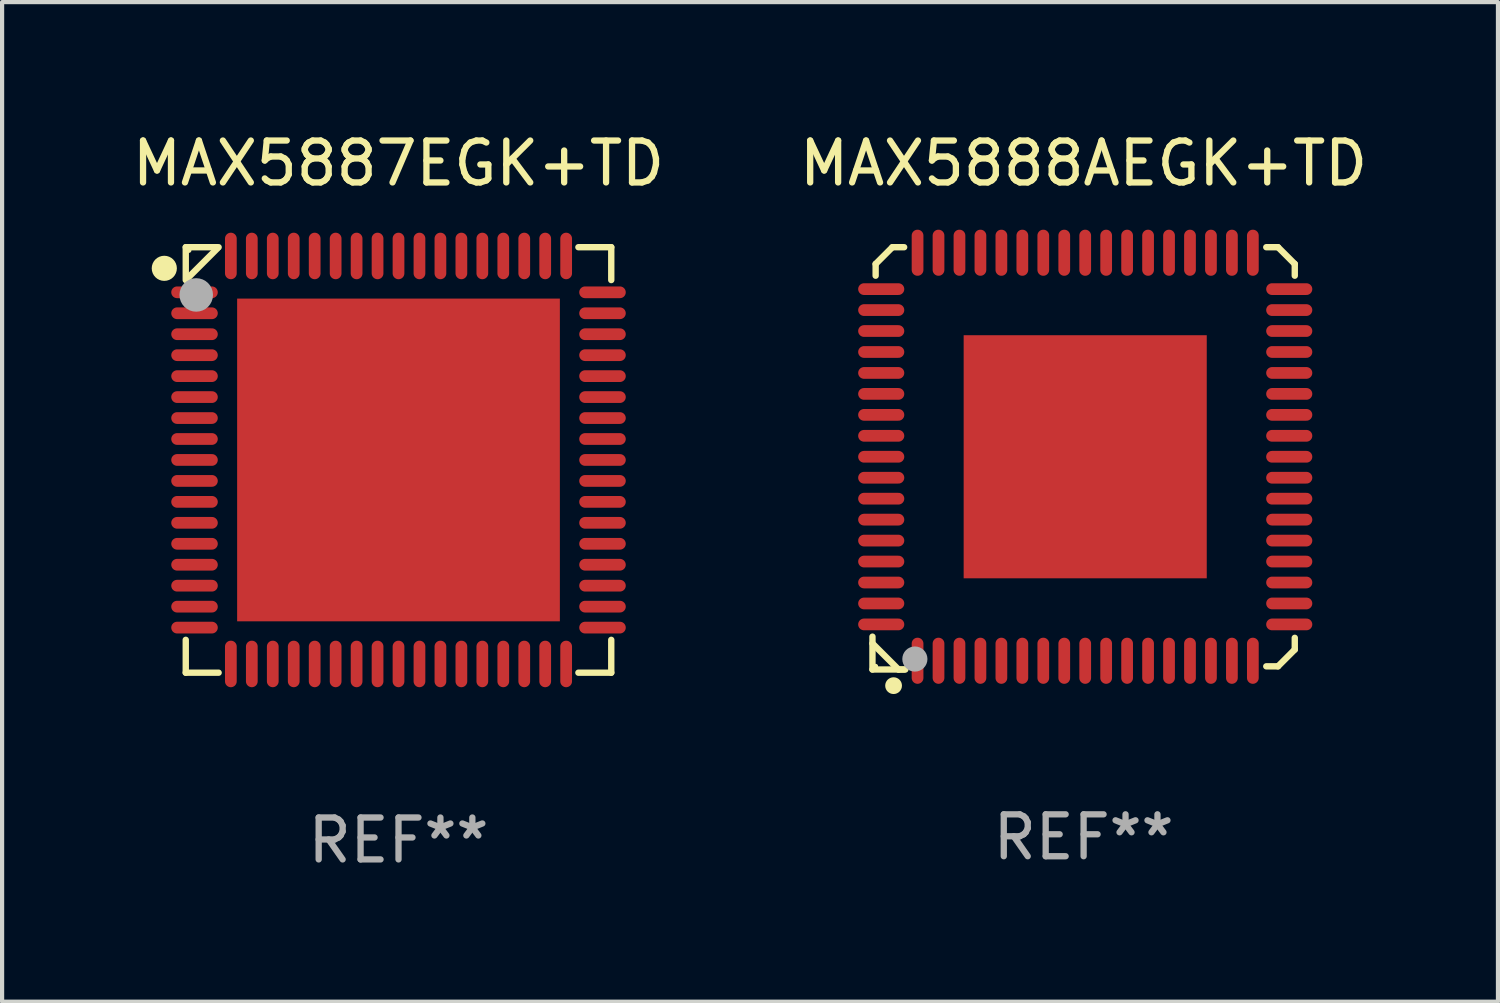
<source format=kicad_pcb>
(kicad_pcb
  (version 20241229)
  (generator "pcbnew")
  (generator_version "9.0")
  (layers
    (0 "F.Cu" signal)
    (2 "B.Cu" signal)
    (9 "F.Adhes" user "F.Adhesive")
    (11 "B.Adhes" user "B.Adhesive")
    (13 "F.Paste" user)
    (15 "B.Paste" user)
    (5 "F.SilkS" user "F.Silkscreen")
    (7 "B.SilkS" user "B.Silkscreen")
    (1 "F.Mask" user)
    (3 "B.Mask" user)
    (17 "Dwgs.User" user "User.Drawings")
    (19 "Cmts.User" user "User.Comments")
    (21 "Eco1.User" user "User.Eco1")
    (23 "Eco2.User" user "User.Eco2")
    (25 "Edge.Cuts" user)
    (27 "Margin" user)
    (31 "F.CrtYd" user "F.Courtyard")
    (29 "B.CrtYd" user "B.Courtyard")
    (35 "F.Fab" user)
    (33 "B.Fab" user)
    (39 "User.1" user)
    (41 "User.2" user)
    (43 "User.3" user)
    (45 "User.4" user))
  (footprint "MAX5888AEGK+TD"
    (layer "F.Cu")
    (at 22.804 7.886)
    (property "Reference" "MAX5888AEGK+TD" (at 0 -7.038 0) (layer "F.SilkS") (effects (font (size 1 1) (thickness 0.15))))
    (attr through_hole)
    (fp_line (start -5.038 5.038) (end -5.038 4.254) (stroke (width 0.152) (type solid)) (layer "F.SilkS"))
    (fp_line (start -4.962 -4.638) (end -4.562 -5.038) (stroke (width 0.152) (type solid)) (layer "F.SilkS"))
    (fp_line (start -4.962 -4.358) (end -4.962 -4.638) (stroke (width 0.152) (type solid)) (layer "F.SilkS"))
    (fp_line (start -4.562 -5.038) (end -4.282 -5.038) (stroke (width 0.152) (type solid)) (layer "F.SilkS"))
    (fp_line (start -4.416 5.038) (end -5.038 4.416) (stroke (width 0.152) (type solid)) (layer "F.SilkS"))
    (fp_line (start -4.282 5.038) (end -4.416 5.038) (stroke (width 0.152) (type solid)) (layer "F.SilkS"))
    (fp_line (start -4.254 5.038) (end -5.038 5.038) (stroke (width 0.152) (type solid)) (layer "F.SilkS"))
    (fp_line (start 4.358 -5.038) (end 4.638 -5.038) (stroke (width 0.152) (type solid)) (layer "F.SilkS"))
    (fp_line (start 4.638 -5.038) (end 5.038 -4.638) (stroke (width 0.152) (type solid)) (layer "F.SilkS"))
    (fp_line (start 4.638 4.962) (end 4.358 4.962) (stroke (width 0.152) (type solid)) (layer "F.SilkS"))
    (fp_line (start 5.038 -4.638) (end 5.038 -4.358) (stroke (width 0.152) (type solid)) (layer "F.SilkS"))
    (fp_line (start 5.038 4.282) (end 5.038 4.562) (stroke (width 0.152) (type solid)) (layer "F.SilkS"))
    (fp_line (start 5.038 4.562) (end 4.638 4.962) (stroke (width 0.152) (type solid)) (layer "F.SilkS"))
    (fp_circle (center -4.962 4.962) (end -4.932 4.962) (stroke (width 0.06) (type solid)) (fill no) (layer "F.SilkS"))
    (fp_circle (center -4.534 5.423) (end -4.434 5.423) (stroke (width 0.2) (type solid)) (fill no) (layer "F.SilkS"))
    (fp_circle (center -4.026 4.788) (end -3.876 4.788) (stroke (width 0.3) (type solid)) (fill no) (layer "F.Fab"))
    (fp_text user "REF**" (at 0 9.038 0) (layer "F.Fab") (effects (font (size 1 1) (thickness 0.15))))
    (pad "1" smd oval (at -3.962 4.829) (size 0.28 1.1) (layers "F.Cu" "F.Mask" "F.Paste"))
    (pad "2" smd oval (at -3.462 4.829) (size 0.28 1.1) (layers "F.Cu" "F.Mask" "F.Paste"))
    (pad "3" smd oval (at -2.962 4.829) (size 0.28 1.1) (layers "F.Cu" "F.Mask" "F.Paste"))
    (pad "4" smd oval (at -2.462 4.829) (size 0.28 1.1) (layers "F.Cu" "F.Mask" "F.Paste"))
    (pad "5" smd oval (at -1.962 4.829) (size 0.28 1.1) (layers "F.Cu" "F.Mask" "F.Paste"))
    (pad "6" smd oval (at -1.462 4.829) (size 0.28 1.1) (layers "F.Cu" "F.Mask" "F.Paste"))
    (pad "7" smd oval (at -0.962 4.829) (size 0.28 1.1) (layers "F.Cu" "F.Mask" "F.Paste"))
    (pad "8" smd oval (at -0.462 4.829) (size 0.28 1.1) (layers "F.Cu" "F.Mask" "F.Paste"))
    (pad "9" smd oval (at 0.038 4.829) (size 0.28 1.1) (layers "F.Cu" "F.Mask" "F.Paste"))
    (pad "10" smd oval (at 0.538 4.829) (size 0.28 1.1) (layers "F.Cu" "F.Mask" "F.Paste"))
    (pad "11" smd oval (at 1.038 4.829) (size 0.28 1.1) (layers "F.Cu" "F.Mask" "F.Paste"))
    (pad "12" smd oval (at 1.538 4.829) (size 0.28 1.1) (layers "F.Cu" "F.Mask" "F.Paste"))
    (pad "13" smd oval (at 2.038 4.829) (size 0.28 1.1) (layers "F.Cu" "F.Mask" "F.Paste"))
    (pad "14" smd oval (at 2.538 4.829) (size 0.28 1.1) (layers "F.Cu" "F.Mask" "F.Paste"))
    (pad "15" smd oval (at 3.038 4.829) (size 0.28 1.1) (layers "F.Cu" "F.Mask" "F.Paste"))
    (pad "16" smd oval (at 3.538 4.829) (size 0.28 1.1) (layers "F.Cu" "F.Mask" "F.Paste"))
    (pad "17" smd oval (at 4.038 4.829) (size 0.28 1.1) (layers "F.Cu" "F.Mask" "F.Paste"))
    (pad "18" smd oval (at 4.906 3.962) (size 1.1 0.28) (layers "F.Cu" "F.Mask" "F.Paste"))
    (pad "19" smd oval (at 4.906 3.462) (size 1.1 0.28) (layers "F.Cu" "F.Mask" "F.Paste"))
    (pad "20" smd oval (at 4.906 2.962) (size 1.1 0.28) (layers "F.Cu" "F.Mask" "F.Paste"))
    (pad "21" smd oval (at 4.906 2.462) (size 1.1 0.28) (layers "F.Cu" "F.Mask" "F.Paste"))
    (pad "22" smd oval (at 4.906 1.962) (size 1.1 0.28) (layers "F.Cu" "F.Mask" "F.Paste"))
    (pad "23" smd oval (at 4.906 1.462) (size 1.1 0.28) (layers "F.Cu" "F.Mask" "F.Paste"))
    (pad "24" smd oval (at 4.906 0.962) (size 1.1 0.28) (layers "F.Cu" "F.Mask" "F.Paste"))
    (pad "25" smd oval (at 4.906 0.462) (size 1.1 0.28) (layers "F.Cu" "F.Mask" "F.Paste"))
    (pad "26" smd oval (at 4.906 -0.038) (size 1.1 0.28) (layers "F.Cu" "F.Mask" "F.Paste"))
    (pad "27" smd oval (at 4.906 -0.538) (size 1.1 0.28) (layers "F.Cu" "F.Mask" "F.Paste"))
    (pad "28" smd oval (at 4.906 -1.038) (size 1.1 0.28) (layers "F.Cu" "F.Mask" "F.Paste"))
    (pad "29" smd oval (at 4.906 -1.538) (size 1.1 0.28) (layers "F.Cu" "F.Mask" "F.Paste"))
    (pad "30" smd oval (at 4.906 -2.038) (size 1.1 0.28) (layers "F.Cu" "F.Mask" "F.Paste"))
    (pad "31" smd oval (at 4.906 -2.538) (size 1.1 0.28) (layers "F.Cu" "F.Mask" "F.Paste"))
    (pad "32" smd oval (at 4.906 -3.038) (size 1.1 0.28) (layers "F.Cu" "F.Mask" "F.Paste"))
    (pad "33" smd oval (at 4.906 -3.538) (size 1.1 0.28) (layers "F.Cu" "F.Mask" "F.Paste"))
    (pad "34" smd oval (at 4.906 -4.038) (size 1.1 0.28) (layers "F.Cu" "F.Mask" "F.Paste"))
    (pad "35" smd oval (at 4.038 -4.906) (size 0.28 1.1) (layers "F.Cu" "F.Mask" "F.Paste"))
    (pad "36" smd oval (at 3.538 -4.906) (size 0.28 1.1) (layers "F.Cu" "F.Mask" "F.Paste"))
    (pad "37" smd oval (at 3.038 -4.906) (size 0.28 1.1) (layers "F.Cu" "F.Mask" "F.Paste"))
    (pad "38" smd oval (at 2.538 -4.906) (size 0.28 1.1) (layers "F.Cu" "F.Mask" "F.Paste"))
    (pad "39" smd oval (at 2.038 -4.906) (size 0.28 1.1) (layers "F.Cu" "F.Mask" "F.Paste"))
    (pad "40" smd oval (at 1.538 -4.906) (size 0.28 1.1) (layers "F.Cu" "F.Mask" "F.Paste"))
    (pad "41" smd oval (at 1.038 -4.906) (size 0.28 1.1) (layers "F.Cu" "F.Mask" "F.Paste"))
    (pad "42" smd oval (at 0.538 -4.906) (size 0.28 1.1) (layers "F.Cu" "F.Mask" "F.Paste"))
    (pad "43" smd oval (at 0.038 -4.906) (size 0.28 1.1) (layers "F.Cu" "F.Mask" "F.Paste"))
    (pad "44" smd oval (at -0.462 -4.906) (size 0.28 1.1) (layers "F.Cu" "F.Mask" "F.Paste"))
    (pad "45" smd oval (at -0.962 -4.906) (size 0.28 1.1) (layers "F.Cu" "F.Mask" "F.Paste"))
    (pad "46" smd oval (at -1.462 -4.906) (size 0.28 1.1) (layers "F.Cu" "F.Mask" "F.Paste"))
    (pad "47" smd oval (at -1.962 -4.906) (size 0.28 1.1) (layers "F.Cu" "F.Mask" "F.Paste"))
    (pad "48" smd oval (at -2.462 -4.906) (size 0.28 1.1) (layers "F.Cu" "F.Mask" "F.Paste"))
    (pad "49" smd oval (at -2.962 -4.906) (size 0.28 1.1) (layers "F.Cu" "F.Mask" "F.Paste"))
    (pad "50" smd oval (at -3.462 -4.906) (size 0.28 1.1) (layers "F.Cu" "F.Mask" "F.Paste"))
    (pad "51" smd oval (at -3.962 -4.906) (size 0.28 1.1) (layers "F.Cu" "F.Mask" "F.Paste"))
    (pad "52" smd oval (at -4.829 -4.038) (size 1.1 0.28) (layers "F.Cu" "F.Mask" "F.Paste"))
    (pad "53" smd oval (at -4.829 -3.538) (size 1.1 0.28) (layers "F.Cu" "F.Mask" "F.Paste"))
    (pad "54" smd oval (at -4.829 -3.038) (size 1.1 0.28) (layers "F.Cu" "F.Mask" "F.Paste"))
    (pad "55" smd oval (at -4.829 -2.538) (size 1.1 0.28) (layers "F.Cu" "F.Mask" "F.Paste"))
    (pad "56" smd oval (at -4.829 -2.038) (size 1.1 0.28) (layers "F.Cu" "F.Mask" "F.Paste"))
    (pad "57" smd oval (at -4.829 -1.538) (size 1.1 0.28) (layers "F.Cu" "F.Mask" "F.Paste"))
    (pad "58" smd oval (at -4.829 -1.038) (size 1.1 0.28) (layers "F.Cu" "F.Mask" "F.Paste"))
    (pad "59" smd oval (at -4.829 -0.538) (size 1.1 0.28) (layers "F.Cu" "F.Mask" "F.Paste"))
    (pad "60" smd oval (at -4.829 -0.038) (size 1.1 0.28) (layers "F.Cu" "F.Mask" "F.Paste"))
    (pad "61" smd oval (at -4.829 0.462) (size 1.1 0.28) (layers "F.Cu" "F.Mask" "F.Paste"))
    (pad "62" smd oval (at -4.829 0.962) (size 1.1 0.28) (layers "F.Cu" "F.Mask" "F.Paste"))
    (pad "63" smd oval (at -4.829 1.462) (size 1.1 0.28) (layers "F.Cu" "F.Mask" "F.Paste"))
    (pad "64" smd oval (at -4.829 1.962) (size 1.1 0.28) (layers "F.Cu" "F.Mask" "F.Paste"))
    (pad "65" smd oval (at -4.829 2.462) (size 1.1 0.28) (layers "F.Cu" "F.Mask" "F.Paste"))
    (pad "66" smd oval (at -4.829 2.962) (size 1.1 0.28) (layers "F.Cu" "F.Mask" "F.Paste"))
    (pad "67" smd oval (at -4.829 3.462) (size 1.1 0.28) (layers "F.Cu" "F.Mask" "F.Paste"))
    (pad "68" smd oval (at -4.829 3.962) (size 1.1 0.28) (layers "F.Cu" "F.Mask" "F.Paste"))
    (pad "69" smd rect (at 0.038 -0.038) (size 5.8 5.8) (layers "F.Cu" "F.Mask" "F.Paste")))
  (footprint "MAX5887EGK+TD"
    (layer "F.Cu")
    (at 6.458 7.924)
    (property "Reference" "MAX5887EGK+TD" (at 0 -7.076 0) (layer "F.SilkS") (effects (font (size 1 1) (thickness 0.15))))
    (attr through_hole)
    (fp_line (start -5.076 -5.076) (end -4.292 -5.076) (stroke (width 0.152) (type solid)) (layer "F.SilkS"))
    (fp_line (start -5.076 -4.292) (end -5.076 -5.076) (stroke (width 0.152) (type solid)) (layer "F.SilkS"))
    (fp_line (start -5.076 4.292) (end -5.076 5.076) (stroke (width 0.152) (type solid)) (layer "F.SilkS"))
    (fp_line (start -5.076 5.076) (end -4.292 5.076) (stroke (width 0.152) (type solid)) (layer "F.SilkS"))
    (fp_line (start -5.049 -4.319) (end -4.319 -5.049) (stroke (width 0.152) (type solid)) (layer "F.SilkS"))
    (fp_line (start 5.076 -5.076) (end 4.292 -5.076) (stroke (width 0.152) (type solid)) (layer "F.SilkS"))
    (fp_line (start 5.076 -4.292) (end 5.076 -5.076) (stroke (width 0.152) (type solid)) (layer "F.SilkS"))
    (fp_line (start 5.076 4.292) (end 5.076 5.076) (stroke (width 0.152) (type solid)) (layer "F.SilkS"))
    (fp_line (start 5.076 5.076) (end 4.292 5.076) (stroke (width 0.152) (type solid)) (layer "F.SilkS"))
    (fp_circle (center -5.588 -4.572) (end -5.438 -4.572) (stroke (width 0.3) (type solid)) (fill no) (layer "F.SilkS"))
    (fp_circle (center -5 -5) (end -4.97 -5) (stroke (width 0.06) (type solid)) (fill no) (layer "F.SilkS"))
    (fp_circle (center -4.826 -3.937) (end -4.626 -3.937) (stroke (width 0.4) (type solid)) (fill no) (layer "F.Fab"))
    (fp_text user "REF**" (at 0 9.076 0) (layer "F.Fab") (effects (font (size 1 1) (thickness 0.15))))
    (pad "1" smd oval (at -4.867 -4) (size 1.11 0.28) (layers "F.Cu" "F.Mask" "F.Paste"))
    (pad "2" smd oval (at -4.867 -3.5) (size 1.11 0.28) (layers "F.Cu" "F.Mask" "F.Paste"))
    (pad "3" smd oval (at -4.867 -3) (size 1.11 0.28) (layers "F.Cu" "F.Mask" "F.Paste"))
    (pad "4" smd oval (at -4.867 -2.5) (size 1.11 0.28) (layers "F.Cu" "F.Mask" "F.Paste"))
    (pad "5" smd oval (at -4.867 -2) (size 1.11 0.28) (layers "F.Cu" "F.Mask" "F.Paste"))
    (pad "6" smd oval (at -4.867 -1.5) (size 1.11 0.28) (layers "F.Cu" "F.Mask" "F.Paste"))
    (pad "7" smd oval (at -4.867 -1) (size 1.11 0.28) (layers "F.Cu" "F.Mask" "F.Paste"))
    (pad "8" smd oval (at -4.867 -0.5) (size 1.11 0.28) (layers "F.Cu" "F.Mask" "F.Paste"))
    (pad "9" smd oval (at -4.867 0) (size 1.11 0.28) (layers "F.Cu" "F.Mask" "F.Paste"))
    (pad "10" smd oval (at -4.867 0.5) (size 1.11 0.28) (layers "F.Cu" "F.Mask" "F.Paste"))
    (pad "11" smd oval (at -4.867 1) (size 1.11 0.28) (layers "F.Cu" "F.Mask" "F.Paste"))
    (pad "12" smd oval (at -4.867 1.5) (size 1.11 0.28) (layers "F.Cu" "F.Mask" "F.Paste"))
    (pad "13" smd oval (at -4.867 2) (size 1.11 0.28) (layers "F.Cu" "F.Mask" "F.Paste"))
    (pad "14" smd oval (at -4.867 2.5) (size 1.11 0.28) (layers "F.Cu" "F.Mask" "F.Paste"))
    (pad "15" smd oval (at -4.867 3) (size 1.11 0.28) (layers "F.Cu" "F.Mask" "F.Paste"))
    (pad "16" smd oval (at -4.867 3.5) (size 1.11 0.28) (layers "F.Cu" "F.Mask" "F.Paste"))
    (pad "17" smd oval (at -4.867 4) (size 1.11 0.28) (layers "F.Cu" "F.Mask" "F.Paste"))
    (pad "18" smd oval (at -4 4.867) (size 0.28 1.11) (layers "F.Cu" "F.Mask" "F.Paste"))
    (pad "19" smd oval (at -3.5 4.867) (size 0.28 1.11) (layers "F.Cu" "F.Mask" "F.Paste"))
    (pad "20" smd oval (at -3 4.867) (size 0.28 1.11) (layers "F.Cu" "F.Mask" "F.Paste"))
    (pad "21" smd oval (at -2.5 4.867) (size 0.28 1.11) (layers "F.Cu" "F.Mask" "F.Paste"))
    (pad "22" smd oval (at -2 4.867) (size 0.28 1.11) (layers "F.Cu" "F.Mask" "F.Paste"))
    (pad "23" smd oval (at -1.5 4.867) (size 0.28 1.11) (layers "F.Cu" "F.Mask" "F.Paste"))
    (pad "24" smd oval (at -1 4.867) (size 0.28 1.11) (layers "F.Cu" "F.Mask" "F.Paste"))
    (pad "25" smd oval (at -0.5 4.867) (size 0.28 1.11) (layers "F.Cu" "F.Mask" "F.Paste"))
    (pad "26" smd oval (at 0 4.867) (size 0.28 1.11) (layers "F.Cu" "F.Mask" "F.Paste"))
    (pad "27" smd oval (at 0.5 4.867) (size 0.28 1.11) (layers "F.Cu" "F.Mask" "F.Paste"))
    (pad "28" smd oval (at 1 4.867) (size 0.28 1.11) (layers "F.Cu" "F.Mask" "F.Paste"))
    (pad "29" smd oval (at 1.5 4.867) (size 0.28 1.11) (layers "F.Cu" "F.Mask" "F.Paste"))
    (pad "30" smd oval (at 2 4.867) (size 0.28 1.11) (layers "F.Cu" "F.Mask" "F.Paste"))
    (pad "31" smd oval (at 2.5 4.867) (size 0.28 1.11) (layers "F.Cu" "F.Mask" "F.Paste"))
    (pad "32" smd oval (at 3 4.867) (size 0.28 1.11) (layers "F.Cu" "F.Mask" "F.Paste"))
    (pad "33" smd oval (at 3.5 4.867) (size 0.28 1.11) (layers "F.Cu" "F.Mask" "F.Paste"))
    (pad "34" smd oval (at 4 4.867) (size 0.28 1.11) (layers "F.Cu" "F.Mask" "F.Paste"))
    (pad "35" smd oval (at 4.867 4) (size 1.11 0.28) (layers "F.Cu" "F.Mask" "F.Paste"))
    (pad "36" smd oval (at 4.867 3.5) (size 1.11 0.28) (layers "F.Cu" "F.Mask" "F.Paste"))
    (pad "37" smd oval (at 4.867 3) (size 1.11 0.28) (layers "F.Cu" "F.Mask" "F.Paste"))
    (pad "38" smd oval (at 4.867 2.5) (size 1.11 0.28) (layers "F.Cu" "F.Mask" "F.Paste"))
    (pad "39" smd oval (at 4.867 2) (size 1.11 0.28) (layers "F.Cu" "F.Mask" "F.Paste"))
    (pad "40" smd oval (at 4.867 1.5) (size 1.11 0.28) (layers "F.Cu" "F.Mask" "F.Paste"))
    (pad "41" smd oval (at 4.867 1) (size 1.11 0.28) (layers "F.Cu" "F.Mask" "F.Paste"))
    (pad "42" smd oval (at 4.867 0.5) (size 1.11 0.28) (layers "F.Cu" "F.Mask" "F.Paste"))
    (pad "43" smd oval (at 4.867 0) (size 1.11 0.28) (layers "F.Cu" "F.Mask" "F.Paste"))
    (pad "44" smd oval (at 4.867 -0.5) (size 1.11 0.28) (layers "F.Cu" "F.Mask" "F.Paste"))
    (pad "45" smd oval (at 4.867 -1) (size 1.11 0.28) (layers "F.Cu" "F.Mask" "F.Paste"))
    (pad "46" smd oval (at 4.867 -1.5) (size 1.11 0.28) (layers "F.Cu" "F.Mask" "F.Paste"))
    (pad "47" smd oval (at 4.867 -2) (size 1.11 0.28) (layers "F.Cu" "F.Mask" "F.Paste"))
    (pad "48" smd oval (at 4.867 -2.5) (size 1.11 0.28) (layers "F.Cu" "F.Mask" "F.Paste"))
    (pad "49" smd oval (at 4.867 -3) (size 1.11 0.28) (layers "F.Cu" "F.Mask" "F.Paste"))
    (pad "50" smd oval (at 4.867 -3.5) (size 1.11 0.28) (layers "F.Cu" "F.Mask" "F.Paste"))
    (pad "51" smd oval (at 4.867 -4) (size 1.11 0.28) (layers "F.Cu" "F.Mask" "F.Paste"))
    (pad "52" smd oval (at 4 -4.867) (size 0.28 1.11) (layers "F.Cu" "F.Mask" "F.Paste"))
    (pad "53" smd oval (at 3.5 -4.867) (size 0.28 1.11) (layers "F.Cu" "F.Mask" "F.Paste"))
    (pad "54" smd oval (at 3 -4.867) (size 0.28 1.11) (layers "F.Cu" "F.Mask" "F.Paste"))
    (pad "55" smd oval (at 2.5 -4.867) (size 0.28 1.11) (layers "F.Cu" "F.Mask" "F.Paste"))
    (pad "56" smd oval (at 2 -4.867) (size 0.28 1.11) (layers "F.Cu" "F.Mask" "F.Paste"))
    (pad "57" smd oval (at 1.5 -4.867) (size 0.28 1.11) (layers "F.Cu" "F.Mask" "F.Paste"))
    (pad "58" smd oval (at 1 -4.867) (size 0.28 1.11) (layers "F.Cu" "F.Mask" "F.Paste"))
    (pad "59" smd oval (at 0.5 -4.867) (size 0.28 1.11) (layers "F.Cu" "F.Mask" "F.Paste"))
    (pad "60" smd oval (at 0 -4.867) (size 0.28 1.11) (layers "F.Cu" "F.Mask" "F.Paste"))
    (pad "61" smd oval (at -0.5 -4.867) (size 0.28 1.11) (layers "F.Cu" "F.Mask" "F.Paste"))
    (pad "62" smd oval (at -1 -4.867) (size 0.28 1.11) (layers "F.Cu" "F.Mask" "F.Paste"))
    (pad "63" smd oval (at -1.5 -4.867) (size 0.28 1.11) (layers "F.Cu" "F.Mask" "F.Paste"))
    (pad "64" smd oval (at -2 -4.867) (size 0.28 1.11) (layers "F.Cu" "F.Mask" "F.Paste"))
    (pad "65" smd oval (at -2.5 -4.867) (size 0.28 1.11) (layers "F.Cu" "F.Mask" "F.Paste"))
    (pad "66" smd oval (at -3 -4.867) (size 0.28 1.11) (layers "F.Cu" "F.Mask" "F.Paste"))
    (pad "67" smd oval (at -3.5 -4.867) (size 0.28 1.11) (layers "F.Cu" "F.Mask" "F.Paste"))
    (pad "68" smd oval (at -4 -4.867) (size 0.28 1.11) (layers "F.Cu" "F.Mask" "F.Paste"))
    (pad "69" smd rect (at 0 0) (size 7.7 7.7) (layers "F.Cu" "F.Mask" "F.Paste")))
  (gr_rect
    (start -3 -3)
    (end 32.69 20.849)
    (stroke (width 0.1) (type default))
    (fill no)
    (layer "Edge.Cuts")))
</source>
